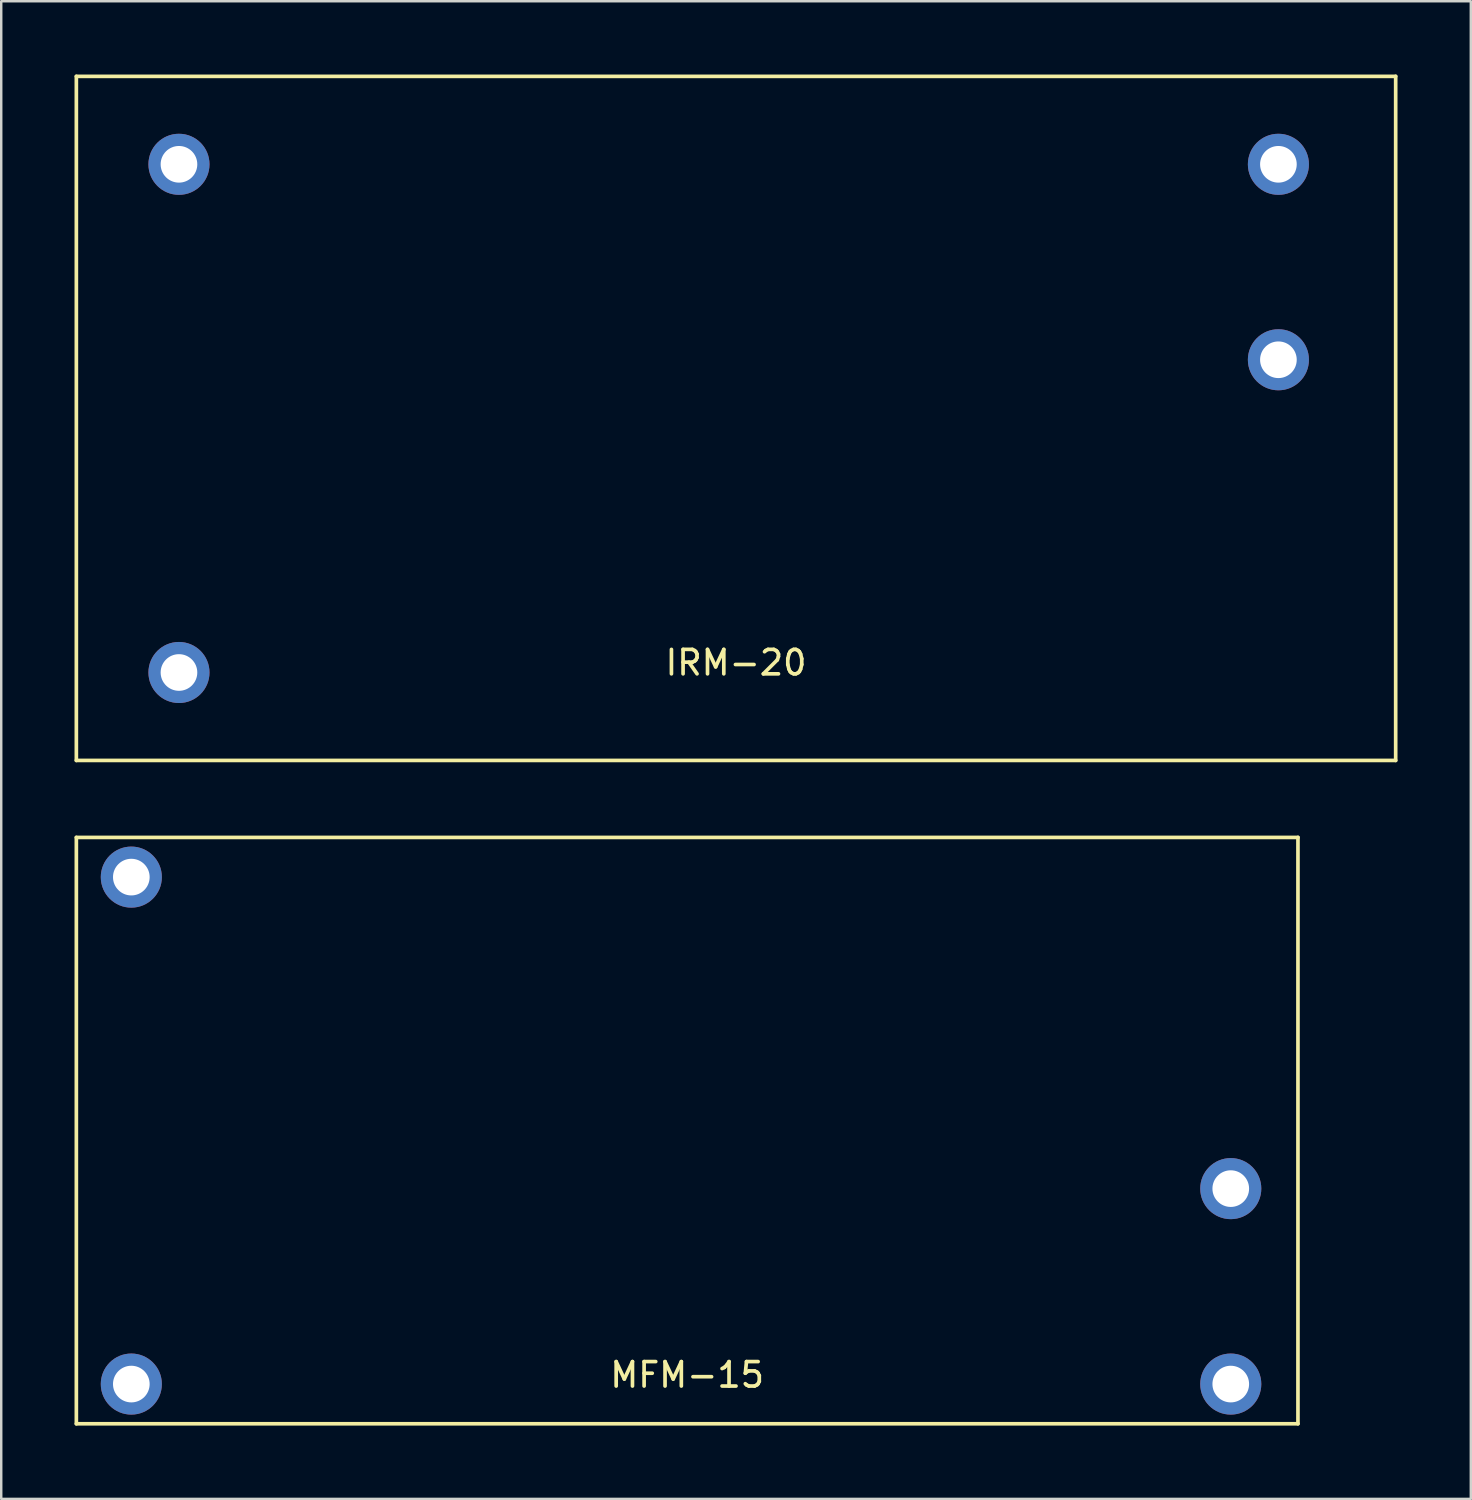
<source format=kicad_pcb>
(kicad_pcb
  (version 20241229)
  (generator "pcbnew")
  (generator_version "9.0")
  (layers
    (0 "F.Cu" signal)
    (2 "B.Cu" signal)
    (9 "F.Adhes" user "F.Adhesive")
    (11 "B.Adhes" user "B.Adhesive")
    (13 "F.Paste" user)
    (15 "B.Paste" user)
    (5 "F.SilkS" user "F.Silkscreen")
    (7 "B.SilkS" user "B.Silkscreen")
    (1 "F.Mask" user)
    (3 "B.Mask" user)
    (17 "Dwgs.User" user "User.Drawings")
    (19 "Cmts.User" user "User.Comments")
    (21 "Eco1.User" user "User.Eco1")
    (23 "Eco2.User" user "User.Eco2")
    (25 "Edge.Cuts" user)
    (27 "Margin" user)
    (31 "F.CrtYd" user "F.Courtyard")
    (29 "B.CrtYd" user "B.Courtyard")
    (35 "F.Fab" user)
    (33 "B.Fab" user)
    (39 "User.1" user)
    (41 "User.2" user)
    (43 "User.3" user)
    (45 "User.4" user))
  (footprint "IRM-20"
    (layer "F.Cu")
    (at 27.075 14.075)
    (property "Reference" "IRM-20" (at 0 10 0) (layer "F.SilkS") (effects (font (size 1 1) (thickness 0.15))))
    (attr through_hole)
    (fp_line (start -27 -14) (end 27 -14) (stroke (width 0.15) (type solid)) (layer "F.SilkS"))
    (fp_line (start -27 14) (end -27 -14) (stroke (width 0.15) (type solid)) (layer "F.SilkS"))
    (fp_line (start 27 -14) (end 27 14) (stroke (width 0.15) (type solid)) (layer "F.SilkS"))
    (fp_line (start 27 14) (end -27 14) (stroke (width 0.15) (type solid)) (layer "F.SilkS"))
    (pad "1" thru_hole circle (at -22.8 -10.4) (size 2.5 2.5) (drill 1.5) (layers "*.Cu" "*.Mask"))
    (pad "2" thru_hole circle (at -22.8 10.4) (size 2.5 2.5) (drill 1.5) (layers "*.Cu" "*.Mask"))
    (pad "3" thru_hole circle (at 22.2 -2.4) (size 2.5 2.5) (drill 1.5) (layers "*.Cu" "*.Mask"))
    (pad "4" thru_hole circle (at 22.2 -10.4) (size 2.5 2.5) (drill 1.5) (layers "*.Cu" "*.Mask")))
  (footprint "MFM-15"
    (layer "F.Cu")
    (at 25.075 43.225)
    (property "Reference" "MFM-15" (at 0 10 0) (layer "F.SilkS") (effects (font (size 1 1) (thickness 0.15))))
    (attr through_hole)
    (fp_line (start -25 -12) (end 25 -12) (stroke (width 0.15) (type solid)) (layer "F.SilkS"))
    (fp_line (start -25 12) (end -25 -12) (stroke (width 0.15) (type solid)) (layer "F.SilkS"))
    (fp_line (start 25 -12) (end 25 12) (stroke (width 0.15) (type solid)) (layer "F.SilkS"))
    (fp_line (start 25 12) (end -25 12) (stroke (width 0.15) (type solid)) (layer "F.SilkS"))
    (pad "1" thru_hole circle (at -22.75 -10.375) (size 2.5 2.5) (drill 1.5) (layers "*.Cu" "*.Mask"))
    (pad "2" thru_hole circle (at -22.75 10.375) (size 2.5 2.5) (drill 1.5) (layers "*.Cu" "*.Mask"))
    (pad "3" thru_hole circle (at 22.25 10.375) (size 2.5 2.5) (drill 1.5) (layers "*.Cu" "*.Mask"))
    (pad "4" thru_hole circle (at 22.25 2.375) (size 2.5 2.5) (drill 1.5) (layers "*.Cu" "*.Mask")))
  (gr_rect
    (start -3 -3)
    (end 57.15 58.3)
    (stroke (width 0.1) (type default))
    (fill no)
    (layer "Edge.Cuts")))
</source>
